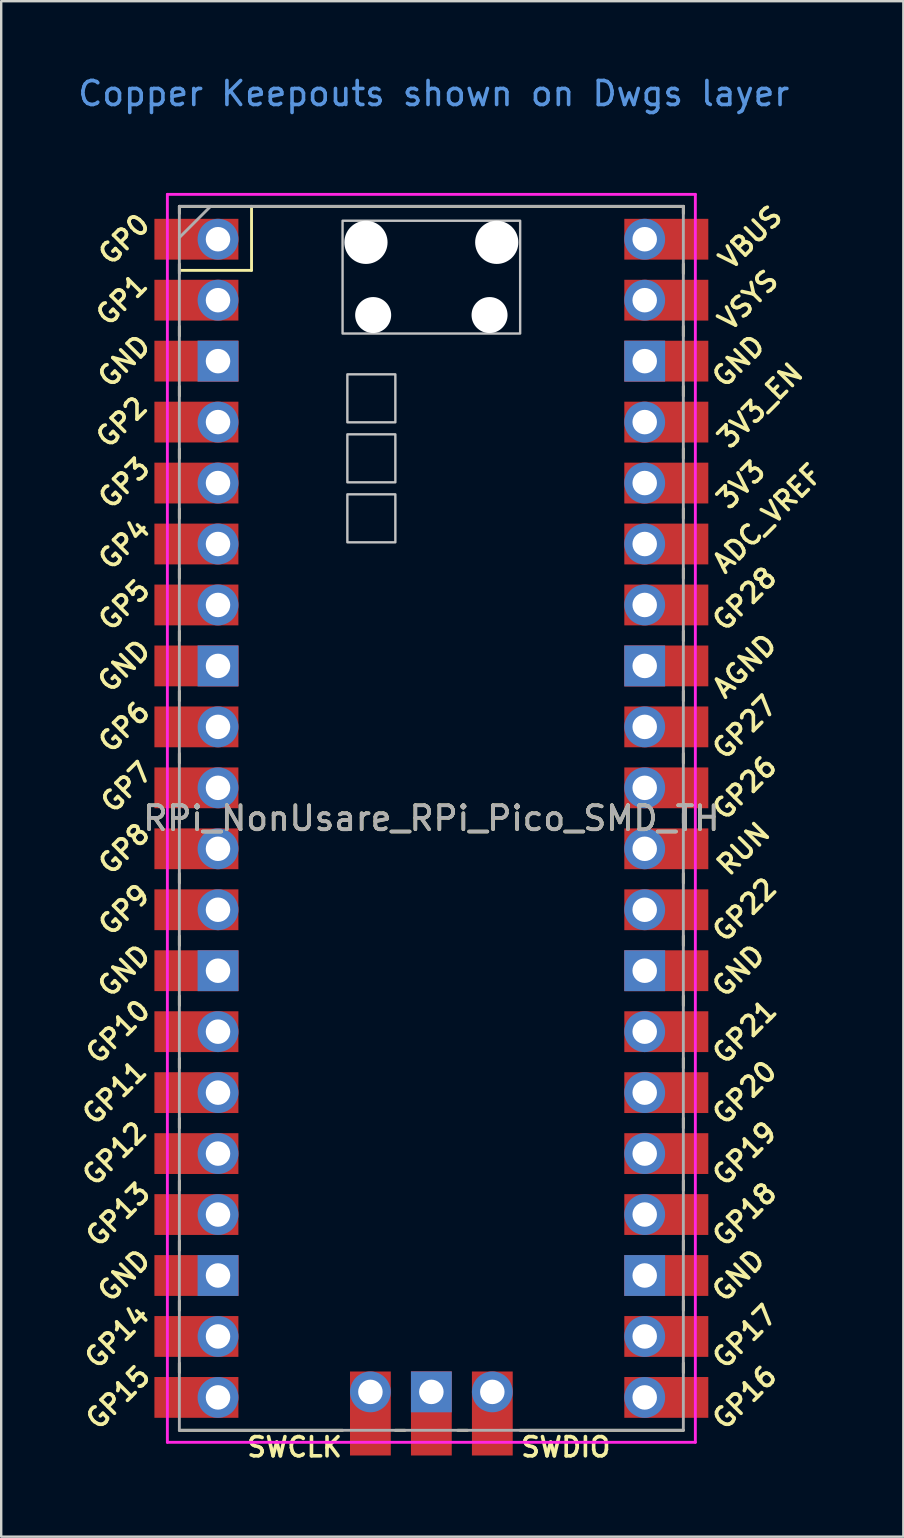
<source format=kicad_pcb>
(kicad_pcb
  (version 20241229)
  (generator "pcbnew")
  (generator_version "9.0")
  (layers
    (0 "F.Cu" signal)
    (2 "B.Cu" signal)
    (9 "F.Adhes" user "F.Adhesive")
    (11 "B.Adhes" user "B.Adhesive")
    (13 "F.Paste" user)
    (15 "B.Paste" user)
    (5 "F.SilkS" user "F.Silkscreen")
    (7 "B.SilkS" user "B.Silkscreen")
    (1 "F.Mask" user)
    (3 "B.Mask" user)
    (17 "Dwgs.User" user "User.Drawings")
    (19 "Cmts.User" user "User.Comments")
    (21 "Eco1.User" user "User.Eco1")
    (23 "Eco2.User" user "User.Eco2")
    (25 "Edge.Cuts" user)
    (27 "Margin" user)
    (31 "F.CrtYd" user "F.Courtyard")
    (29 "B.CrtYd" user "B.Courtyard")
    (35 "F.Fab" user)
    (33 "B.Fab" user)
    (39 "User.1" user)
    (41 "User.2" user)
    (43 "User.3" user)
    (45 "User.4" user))
  (footprint "RPi_NonUsare_RPi_Pico_SMD_TH"
    (layer "F.Cu")
    (at 14.924 31.048)
    (property "Reference" "RPi_NonUsare_RPi_Pico_SMD_TH" (at 0 0 0) (layer "F.SilkS") (effects (font (size 1 1) (thickness 0.15))))
    (attr through_hole)
    (fp_line (start -10.5 -25.5) (end -10.5 -25.2) (stroke (width 0.12) (type solid)) (layer "F.SilkS"))
    (fp_line (start -10.5 -25.5) (end 10.5 -25.5) (stroke (width 0.12) (type solid)) (layer "F.SilkS"))
    (fp_line (start -10.5 -23.1) (end -10.5 -22.7) (stroke (width 0.12) (type solid)) (layer "F.SilkS"))
    (fp_line (start -10.5 -22.833) (end -7.493 -22.833) (stroke (width 0.12) (type solid)) (layer "F.SilkS"))
    (fp_line (start -10.5 -20.5) (end -10.5 -20.1) (stroke (width 0.12) (type solid)) (layer "F.SilkS"))
    (fp_line (start -10.5 -18) (end -10.5 -17.6) (stroke (width 0.12) (type solid)) (layer "F.SilkS"))
    (fp_line (start -10.5 -15.4) (end -10.5 -15) (stroke (width 0.12) (type solid)) (layer "F.SilkS"))
    (fp_line (start -10.5 -12.9) (end -10.5 -12.5) (stroke (width 0.12) (type solid)) (layer "F.SilkS"))
    (fp_line (start -10.5 -10.4) (end -10.5 -10) (stroke (width 0.12) (type solid)) (layer "F.SilkS"))
    (fp_line (start -10.5 -7.8) (end -10.5 -7.4) (stroke (width 0.12) (type solid)) (layer "F.SilkS"))
    (fp_line (start -10.5 -5.3) (end -10.5 -4.9) (stroke (width 0.12) (type solid)) (layer "F.SilkS"))
    (fp_line (start -10.5 -2.7) (end -10.5 -2.3) (stroke (width 0.12) (type solid)) (layer "F.SilkS"))
    (fp_line (start -10.5 -0.2) (end -10.5 0.2) (stroke (width 0.12) (type solid)) (layer "F.SilkS"))
    (fp_line (start -10.5 2.3) (end -10.5 2.7) (stroke (width 0.12) (type solid)) (layer "F.SilkS"))
    (fp_line (start -10.5 4.9) (end -10.5 5.3) (stroke (width 0.12) (type solid)) (layer "F.SilkS"))
    (fp_line (start -10.5 7.4) (end -10.5 7.8) (stroke (width 0.12) (type solid)) (layer "F.SilkS"))
    (fp_line (start -10.5 10) (end -10.5 10.4) (stroke (width 0.12) (type solid)) (layer "F.SilkS"))
    (fp_line (start -10.5 12.5) (end -10.5 12.9) (stroke (width 0.12) (type solid)) (layer "F.SilkS"))
    (fp_line (start -10.5 15.1) (end -10.5 15.5) (stroke (width 0.12) (type solid)) (layer "F.SilkS"))
    (fp_line (start -10.5 17.6) (end -10.5 18) (stroke (width 0.12) (type solid)) (layer "F.SilkS"))
    (fp_line (start -10.5 20.1) (end -10.5 20.5) (stroke (width 0.12) (type solid)) (layer "F.SilkS"))
    (fp_line (start -10.5 22.7) (end -10.5 23.1) (stroke (width 0.12) (type solid)) (layer "F.SilkS"))
    (fp_line (start -7.493 -22.833) (end -7.493 -25.5) (stroke (width 0.12) (type solid)) (layer "F.SilkS"))
    (fp_line (start -3.7 25.5) (end -10.5 25.5) (stroke (width 0.12) (type solid)) (layer "F.SilkS"))
    (fp_line (start -1.5 25.5) (end -1.1 25.5) (stroke (width 0.12) (type solid)) (layer "F.SilkS"))
    (fp_line (start 1.1 25.5) (end 1.5 25.5) (stroke (width 0.12) (type solid)) (layer "F.SilkS"))
    (fp_line (start 10.5 -25.5) (end 10.5 -25.2) (stroke (width 0.12) (type solid)) (layer "F.SilkS"))
    (fp_line (start 10.5 -23.1) (end 10.5 -22.7) (stroke (width 0.12) (type solid)) (layer "F.SilkS"))
    (fp_line (start 10.5 -20.5) (end 10.5 -20.1) (stroke (width 0.12) (type solid)) (layer "F.SilkS"))
    (fp_line (start 10.5 -18) (end 10.5 -17.6) (stroke (width 0.12) (type solid)) (layer "F.SilkS"))
    (fp_line (start 10.5 -15.4) (end 10.5 -15) (stroke (width 0.12) (type solid)) (layer "F.SilkS"))
    (fp_line (start 10.5 -12.9) (end 10.5 -12.5) (stroke (width 0.12) (type solid)) (layer "F.SilkS"))
    (fp_line (start 10.5 -10.4) (end 10.5 -10) (stroke (width 0.12) (type solid)) (layer "F.SilkS"))
    (fp_line (start 10.5 -7.8) (end 10.5 -7.4) (stroke (width 0.12) (type solid)) (layer "F.SilkS"))
    (fp_line (start 10.5 -5.3) (end 10.5 -4.9) (stroke (width 0.12) (type solid)) (layer "F.SilkS"))
    (fp_line (start 10.5 -2.7) (end 10.5 -2.3) (stroke (width 0.12) (type solid)) (layer "F.SilkS"))
    (fp_line (start 10.5 -0.2) (end 10.5 0.2) (stroke (width 0.12) (type solid)) (layer "F.SilkS"))
    (fp_line (start 10.5 2.3) (end 10.5 2.7) (stroke (width 0.12) (type solid)) (layer "F.SilkS"))
    (fp_line (start 10.5 4.9) (end 10.5 5.3) (stroke (width 0.12) (type solid)) (layer "F.SilkS"))
    (fp_line (start 10.5 7.4) (end 10.5 7.8) (stroke (width 0.12) (type solid)) (layer "F.SilkS"))
    (fp_line (start 10.5 10) (end 10.5 10.4) (stroke (width 0.12) (type solid)) (layer "F.SilkS"))
    (fp_line (start 10.5 12.5) (end 10.5 12.9) (stroke (width 0.12) (type solid)) (layer "F.SilkS"))
    (fp_line (start 10.5 15.1) (end 10.5 15.5) (stroke (width 0.12) (type solid)) (layer "F.SilkS"))
    (fp_line (start 10.5 17.6) (end 10.5 18) (stroke (width 0.12) (type solid)) (layer "F.SilkS"))
    (fp_line (start 10.5 20.1) (end 10.5 20.5) (stroke (width 0.12) (type solid)) (layer "F.SilkS"))
    (fp_line (start 10.5 22.7) (end 10.5 23.1) (stroke (width 0.12) (type solid)) (layer "F.SilkS"))
    (fp_line (start 10.5 25.5) (end 3.7 25.5) (stroke (width 0.12) (type solid)) (layer "F.SilkS"))
    (fp_poly (pts (xy -1.5 -16.5) (xy -3.5 -16.5) (xy -3.5 -18.5) (xy -1.5 -18.5)) (stroke (width 0.1) (type solid)) (fill no) (layer "Dwgs.User"))
    (fp_poly (pts (xy -1.5 -14) (xy -3.5 -14) (xy -3.5 -16) (xy -1.5 -16)) (stroke (width 0.1) (type solid)) (fill no) (layer "Dwgs.User"))
    (fp_poly (pts (xy -1.5 -11.5) (xy -3.5 -11.5) (xy -3.5 -13.5) (xy -1.5 -13.5)) (stroke (width 0.1) (type solid)) (fill no) (layer "Dwgs.User"))
    (fp_poly (pts (xy 3.7 -20.2) (xy -3.7 -20.2) (xy -3.7 -24.9) (xy 3.7 -24.9)) (stroke (width 0.1) (type solid)) (fill no) (layer "Dwgs.User"))
    (fp_line (start -11 -26) (end 11 -26) (stroke (width 0.12) (type solid)) (layer "F.CrtYd"))
    (fp_line (start -11 26) (end -11 -26) (stroke (width 0.12) (type solid)) (layer "F.CrtYd"))
    (fp_line (start 11 -26) (end 11 26) (stroke (width 0.12) (type solid)) (layer "F.CrtYd"))
    (fp_line (start 11 26) (end -11 26) (stroke (width 0.12) (type solid)) (layer "F.CrtYd"))
    (fp_line (start -10.5 -25.5) (end 10.5 -25.5) (stroke (width 0.12) (type solid)) (layer "F.Fab"))
    (fp_line (start -10.5 -24.2) (end -9.2 -25.5) (stroke (width 0.12) (type solid)) (layer "F.Fab"))
    (fp_line (start -10.5 25.5) (end -10.5 -25.5) (stroke (width 0.12) (type solid)) (layer "F.Fab"))
    (fp_line (start 10.5 -25.5) (end 10.5 25.5) (stroke (width 0.12) (type solid)) (layer "F.Fab"))
    (fp_line (start 10.5 25.5) (end -10.5 25.5) (stroke (width 0.12) (type solid)) (layer "F.Fab"))
    (fp_text user "GP16" (at 13.054 24.13 45) (layer "F.SilkS") (effects (font (size 0.8 0.8) (thickness 0.15))))
    (fp_text user "VSYS" (at 13.2 -21.59 45) (layer "F.SilkS") (effects (font (size 0.8 0.8) (thickness 0.15))))
    (fp_text user "3V3" (at 12.9 -13.9 45) (layer "F.SilkS") (effects (font (size 0.8 0.8) (thickness 0.15))))
    (fp_text user "GP18" (at 13.054 16.51 45) (layer "F.SilkS") (effects (font (size 0.8 0.8) (thickness 0.15))))
    (fp_text user "SWDIO" (at 5.6 26.2 0) (layer "F.SilkS") (effects (font (size 0.8 0.8) (thickness 0.15))))
    (fp_text user "GP5" (at -12.8 -8.89 45) (layer "F.SilkS") (effects (font (size 0.8 0.8) (thickness 0.15))))
    (fp_text user "GP8" (at -12.8 1.27 45) (layer "F.SilkS") (effects (font (size 0.8 0.8) (thickness 0.15))))
    (fp_text user "GP12" (at -13.2 13.97 45) (layer "F.SilkS") (effects (font (size 0.8 0.8) (thickness 0.15))))
    (fp_text user "GP28" (at 13.054 -9.144 45) (layer "F.SilkS") (effects (font (size 0.8 0.8) (thickness 0.15))))
    (fp_text user "GND" (at 12.8 -19.05 45) (layer "F.SilkS") (effects (font (size 0.8 0.8) (thickness 0.15))))
    (fp_text user "GP9" (at -12.8 3.81 45) (layer "F.SilkS") (effects (font (size 0.8 0.8) (thickness 0.15))))
    (fp_text user "AGND" (at 13.054 -6.35 45) (layer "F.SilkS") (effects (font (size 0.8 0.8) (thickness 0.15))))
    (fp_text user "RUN" (at 13 1.27 45) (layer "F.SilkS") (effects (font (size 0.8 0.8) (thickness 0.15))))
    (fp_text user "GND" (at 12.8 19.05 45) (layer "F.SilkS") (effects (font (size 0.8 0.8) (thickness 0.15))))
    (fp_text user "GP0" (at -12.8 -24.13 45) (layer "F.SilkS") (effects (font (size 0.8 0.8) (thickness 0.15))))
    (fp_text user "GP20" (at 13.054 11.43 45) (layer "F.SilkS") (effects (font (size 0.8 0.8) (thickness 0.15))))
    (fp_text user "GND" (at -12.8 6.35 45) (layer "F.SilkS") (effects (font (size 0.8 0.8) (thickness 0.15))))
    (fp_text user "3V3_EN" (at 13.7 -17.2 45) (layer "F.SilkS") (effects (font (size 0.8 0.8) (thickness 0.15))))
    (fp_text user "GP15" (at -13.054 24.13 45) (layer "F.SilkS") (effects (font (size 0.8 0.8) (thickness 0.15))))
    (fp_text user "GP26" (at 13.054 -1.27 45) (layer "F.SilkS") (effects (font (size 0.8 0.8) (thickness 0.15))))
    (fp_text user "GP11" (at -13.2 11.43 45) (layer "F.SilkS") (effects (font (size 0.8 0.8) (thickness 0.15))))
    (fp_text user "GP3" (at -12.8 -13.97 45) (layer "F.SilkS") (effects (font (size 0.8 0.8) (thickness 0.15))))
    (fp_text user "GP7" (at -12.7 -1.3 45) (layer "F.SilkS") (effects (font (size 0.8 0.8) (thickness 0.15))))
    (fp_text user "GP6" (at -12.8 -3.81 45) (layer "F.SilkS") (effects (font (size 0.8 0.8) (thickness 0.15))))
    (fp_text user "ADC_VREF" (at 14 -12.5 45) (layer "F.SilkS") (effects (font (size 0.8 0.8) (thickness 0.15))))
    (fp_text user "GP14" (at -13.1 21.59 45) (layer "F.SilkS") (effects (font (size 0.8 0.8) (thickness 0.15))))
    (fp_text user "GND" (at 12.8 6.35 45) (layer "F.SilkS") (effects (font (size 0.8 0.8) (thickness 0.15))))
    (fp_text user "VBUS" (at 13.3 -24.2 45) (layer "F.SilkS") (effects (font (size 0.8 0.8) (thickness 0.15))))
    (fp_text user "GP22" (at 13.054 3.81 45) (layer "F.SilkS") (effects (font (size 0.8 0.8) (thickness 0.15))))
    (fp_text user "GP17" (at 13.054 21.59 45) (layer "F.SilkS") (effects (font (size 0.8 0.8) (thickness 0.15))))
    (fp_text user "GP4" (at -12.8 -11.43 45) (layer "F.SilkS") (effects (font (size 0.8 0.8) (thickness 0.15))))
    (fp_text user "GP1" (at -12.9 -21.6 45) (layer "F.SilkS") (effects (font (size 0.8 0.8) (thickness 0.15))))
    (fp_text user "SWCLK" (at -5.7 26.2 0) (layer "F.SilkS") (effects (font (size 0.8 0.8) (thickness 0.15))))
    (fp_text user "GP21" (at 13.054 8.9 45) (layer "F.SilkS") (effects (font (size 0.8 0.8) (thickness 0.15))))
    (fp_text user "GND" (at -12.8 -19.05 45) (layer "F.SilkS") (effects (font (size 0.8 0.8) (thickness 0.15))))
    (fp_text user "GP19" (at 13.054 13.97 45) (layer "F.SilkS") (effects (font (size 0.8 0.8) (thickness 0.15))))
    (fp_text user "GP13" (at -13.054 16.51 45) (layer "F.SilkS") (effects (font (size 0.8 0.8) (thickness 0.15))))
    (fp_text user "GND" (at -12.8 19.05 45) (layer "F.SilkS") (effects (font (size 0.8 0.8) (thickness 0.15))))
    (fp_text user "GND" (at -12.8 -6.35 45) (layer "F.SilkS") (effects (font (size 0.8 0.8) (thickness 0.15))))
    (fp_text user "GP10" (at -13.054 8.89 45) (layer "F.SilkS") (effects (font (size 0.8 0.8) (thickness 0.15))))
    (fp_text user "GP2" (at -12.9 -16.51 45) (layer "F.SilkS") (effects (font (size 0.8 0.8) (thickness 0.15))))
    (fp_text user "GP27" (at 13.054 -3.8 45) (layer "F.SilkS") (effects (font (size 0.8 0.8) (thickness 0.15))))
    (fp_text user "Copper Keepouts shown on Dwgs layer" (at 0.1 -30.2 0) (layer "Cmts.User") (effects (font (size 1 1) (thickness 0.15))))
    (fp_text user "${REFERENCE}" (at 0 0 180) (layer "F.Fab") (effects (font (size 1 1) (thickness 0.15))))
    (pad "" np_thru_hole oval (at -2.725 -24) (size 1.8 1.8) (drill 1.8) (layers "*.Cu" "*.Mask"))
    (pad "" np_thru_hole oval (at -2.425 -20.97) (size 1.5 1.5) (drill 1.5) (layers "*.Cu" "*.Mask"))
    (pad "" np_thru_hole oval (at 2.425 -20.97) (size 1.5 1.5) (drill 1.5) (layers "*.Cu" "*.Mask"))
    (pad "" np_thru_hole oval (at 2.725 -24) (size 1.8 1.8) (drill 1.8) (layers "*.Cu" "*.Mask"))
    (pad "1" thru_hole oval (at -8.89 -24.13) (size 1.7 1.7) (drill 1.02) (layers "*.Cu" "*.Mask"))
    (pad "1" smd rect (at -8.89 -24.13) (size 3.5 1.7) (drill (offset -0.9 0)) (layers "F.Cu" "F.Mask"))
    (pad "2" thru_hole oval (at -8.89 -21.59) (size 1.7 1.7) (drill 1.02) (layers "*.Cu" "*.Mask"))
    (pad "2" smd rect (at -8.89 -21.59) (size 3.5 1.7) (drill (offset -0.9 0)) (layers "F.Cu" "F.Mask"))
    (pad "3" thru_hole rect (at -8.89 -19.05) (size 1.7 1.7) (drill 1.02) (layers "*.Cu" "*.Mask"))
    (pad "3" smd rect (at -8.89 -19.05) (size 3.5 1.7) (drill (offset -0.9 0)) (layers "F.Cu" "F.Mask"))
    (pad "4" thru_hole oval (at -8.89 -16.51) (size 1.7 1.7) (drill 1.02) (layers "*.Cu" "*.Mask"))
    (pad "4" smd rect (at -8.89 -16.51) (size 3.5 1.7) (drill (offset -0.9 0)) (layers "F.Cu" "F.Mask"))
    (pad "5" thru_hole oval (at -8.89 -13.97) (size 1.7 1.7) (drill 1.02) (layers "*.Cu" "*.Mask"))
    (pad "5" smd rect (at -8.89 -13.97) (size 3.5 1.7) (drill (offset -0.9 0)) (layers "F.Cu" "F.Mask"))
    (pad "6" thru_hole oval (at -8.89 -11.43) (size 1.7 1.7) (drill 1.02) (layers "*.Cu" "*.Mask"))
    (pad "6" smd rect (at -8.89 -11.43) (size 3.5 1.7) (drill (offset -0.9 0)) (layers "F.Cu" "F.Mask"))
    (pad "7" thru_hole oval (at -8.89 -8.89) (size 1.7 1.7) (drill 1.02) (layers "*.Cu" "*.Mask"))
    (pad "7" smd rect (at -8.89 -8.89) (size 3.5 1.7) (drill (offset -0.9 0)) (layers "F.Cu" "F.Mask"))
    (pad "8" thru_hole rect (at -8.89 -6.35) (size 1.7 1.7) (drill 1.02) (layers "*.Cu" "*.Mask"))
    (pad "8" smd rect (at -8.89 -6.35) (size 3.5 1.7) (drill (offset -0.9 0)) (layers "F.Cu" "F.Mask"))
    (pad "9" thru_hole oval (at -8.89 -3.81) (size 1.7 1.7) (drill 1.02) (layers "*.Cu" "*.Mask"))
    (pad "9" smd rect (at -8.89 -3.81) (size 3.5 1.7) (drill (offset -0.9 0)) (layers "F.Cu" "F.Mask"))
    (pad "10" thru_hole oval (at -8.89 -1.27) (size 1.7 1.7) (drill 1.02) (layers "*.Cu" "*.Mask"))
    (pad "10" smd rect (at -8.89 -1.27) (size 3.5 1.7) (drill (offset -0.9 0)) (layers "F.Cu" "F.Mask"))
    (pad "11" thru_hole oval (at -8.89 1.27) (size 1.7 1.7) (drill 1.02) (layers "*.Cu" "*.Mask"))
    (pad "11" smd rect (at -8.89 1.27) (size 3.5 1.7) (drill (offset -0.9 0)) (layers "F.Cu" "F.Mask"))
    (pad "12" thru_hole oval (at -8.89 3.81) (size 1.7 1.7) (drill 1.02) (layers "*.Cu" "*.Mask"))
    (pad "12" smd rect (at -8.89 3.81) (size 3.5 1.7) (drill (offset -0.9 0)) (layers "F.Cu" "F.Mask"))
    (pad "13" thru_hole rect (at -8.89 6.35) (size 1.7 1.7) (drill 1.02) (layers "*.Cu" "*.Mask"))
    (pad "13" smd rect (at -8.89 6.35) (size 3.5 1.7) (drill (offset -0.9 0)) (layers "F.Cu" "F.Mask"))
    (pad "14" thru_hole oval (at -8.89 8.89) (size 1.7 1.7) (drill 1.02) (layers "*.Cu" "*.Mask"))
    (pad "14" smd rect (at -8.89 8.89) (size 3.5 1.7) (drill (offset -0.9 0)) (layers "F.Cu" "F.Mask"))
    (pad "15" thru_hole oval (at -8.89 11.43) (size 1.7 1.7) (drill 1.02) (layers "*.Cu" "*.Mask"))
    (pad "15" smd rect (at -8.89 11.43) (size 3.5 1.7) (drill (offset -0.9 0)) (layers "F.Cu" "F.Mask"))
    (pad "16" thru_hole oval (at -8.89 13.97) (size 1.7 1.7) (drill 1.02) (layers "*.Cu" "*.Mask"))
    (pad "16" smd rect (at -8.89 13.97) (size 3.5 1.7) (drill (offset -0.9 0)) (layers "F.Cu" "F.Mask"))
    (pad "17" thru_hole oval (at -8.89 16.51) (size 1.7 1.7) (drill 1.02) (layers "*.Cu" "*.Mask"))
    (pad "17" smd rect (at -8.89 16.51) (size 3.5 1.7) (drill (offset -0.9 0)) (layers "F.Cu" "F.Mask"))
    (pad "18" thru_hole rect (at -8.89 19.05) (size 1.7 1.7) (drill 1.02) (layers "*.Cu" "*.Mask"))
    (pad "18" smd rect (at -8.89 19.05) (size 3.5 1.7) (drill (offset -0.9 0)) (layers "F.Cu" "F.Mask"))
    (pad "19" thru_hole oval (at -8.89 21.59) (size 1.7 1.7) (drill 1.02) (layers "*.Cu" "*.Mask"))
    (pad "19" smd rect (at -8.89 21.59) (size 3.5 1.7) (drill (offset -0.9 0)) (layers "F.Cu" "F.Mask"))
    (pad "20" thru_hole oval (at -8.89 24.13) (size 1.7 1.7) (drill 1.02) (layers "*.Cu" "*.Mask"))
    (pad "20" smd rect (at -8.89 24.13) (size 3.5 1.7) (drill (offset -0.9 0)) (layers "F.Cu" "F.Mask"))
    (pad "21" thru_hole oval (at 8.89 24.13) (size 1.7 1.7) (drill 1.02) (layers "*.Cu" "*.Mask"))
    (pad "21" smd rect (at 8.89 24.13) (size 3.5 1.7) (drill (offset 0.9 0)) (layers "F.Cu" "F.Mask"))
    (pad "22" thru_hole oval (at 8.89 21.59) (size 1.7 1.7) (drill 1.02) (layers "*.Cu" "*.Mask"))
    (pad "22" smd rect (at 8.89 21.59) (size 3.5 1.7) (drill (offset 0.9 0)) (layers "F.Cu" "F.Mask"))
    (pad "23" thru_hole rect (at 8.89 19.05) (size 1.7 1.7) (drill 1.02) (layers "*.Cu" "*.Mask"))
    (pad "23" smd rect (at 8.89 19.05) (size 3.5 1.7) (drill (offset 0.9 0)) (layers "F.Cu" "F.Mask"))
    (pad "24" thru_hole oval (at 8.89 16.51) (size 1.7 1.7) (drill 1.02) (layers "*.Cu" "*.Mask"))
    (pad "24" smd rect (at 8.89 16.51) (size 3.5 1.7) (drill (offset 0.9 0)) (layers "F.Cu" "F.Mask"))
    (pad "25" thru_hole oval (at 8.89 13.97) (size 1.7 1.7) (drill 1.02) (layers "*.Cu" "*.Mask"))
    (pad "25" smd rect (at 8.89 13.97) (size 3.5 1.7) (drill (offset 0.9 0)) (layers "F.Cu" "F.Mask"))
    (pad "26" thru_hole oval (at 8.89 11.43) (size 1.7 1.7) (drill 1.02) (layers "*.Cu" "*.Mask"))
    (pad "26" smd rect (at 8.89 11.43) (size 3.5 1.7) (drill (offset 0.9 0)) (layers "F.Cu" "F.Mask"))
    (pad "27" thru_hole oval (at 8.89 8.89) (size 1.7 1.7) (drill 1.02) (layers "*.Cu" "*.Mask"))
    (pad "27" smd rect (at 8.89 8.89) (size 3.5 1.7) (drill (offset 0.9 0)) (layers "F.Cu" "F.Mask"))
    (pad "28" thru_hole rect (at 8.89 6.35) (size 1.7 1.7) (drill 1.02) (layers "*.Cu" "*.Mask"))
    (pad "28" smd rect (at 8.89 6.35) (size 3.5 1.7) (drill (offset 0.9 0)) (layers "F.Cu" "F.Mask"))
    (pad "29" thru_hole oval (at 8.89 3.81) (size 1.7 1.7) (drill 1.02) (layers "*.Cu" "*.Mask"))
    (pad "29" smd rect (at 8.89 3.81) (size 3.5 1.7) (drill (offset 0.9 0)) (layers "F.Cu" "F.Mask"))
    (pad "30" thru_hole oval (at 8.89 1.27) (size 1.7 1.7) (drill 1.02) (layers "*.Cu" "*.Mask"))
    (pad "30" smd rect (at 8.89 1.27) (size 3.5 1.7) (drill (offset 0.9 0)) (layers "F.Cu" "F.Mask"))
    (pad "31" thru_hole oval (at 8.89 -1.27) (size 1.7 1.7) (drill 1.02) (layers "*.Cu" "*.Mask"))
    (pad "31" smd rect (at 8.89 -1.27) (size 3.5 1.7) (drill (offset 0.9 0)) (layers "F.Cu" "F.Mask"))
    (pad "32" thru_hole oval (at 8.89 -3.81) (size 1.7 1.7) (drill 1.02) (layers "*.Cu" "*.Mask"))
    (pad "32" smd rect (at 8.89 -3.81) (size 3.5 1.7) (drill (offset 0.9 0)) (layers "F.Cu" "F.Mask"))
    (pad "33" thru_hole rect (at 8.89 -6.35) (size 1.7 1.7) (drill 1.02) (layers "*.Cu" "*.Mask"))
    (pad "33" smd rect (at 8.89 -6.35) (size 3.5 1.7) (drill (offset 0.9 0)) (layers "F.Cu" "F.Mask"))
    (pad "34" thru_hole oval (at 8.89 -8.89) (size 1.7 1.7) (drill 1.02) (layers "*.Cu" "*.Mask"))
    (pad "34" smd rect (at 8.89 -8.89) (size 3.5 1.7) (drill (offset 0.9 0)) (layers "F.Cu" "F.Mask"))
    (pad "35" thru_hole oval (at 8.89 -11.43) (size 1.7 1.7) (drill 1.02) (layers "*.Cu" "*.Mask"))
    (pad "35" smd rect (at 8.89 -11.43) (size 3.5 1.7) (drill (offset 0.9 0)) (layers "F.Cu" "F.Mask"))
    (pad "36" thru_hole oval (at 8.89 -13.97) (size 1.7 1.7) (drill 1.02) (layers "*.Cu" "*.Mask"))
    (pad "36" smd rect (at 8.89 -13.97) (size 3.5 1.7) (drill (offset 0.9 0)) (layers "F.Cu" "F.Mask"))
    (pad "37" thru_hole oval (at 8.89 -16.51) (size 1.7 1.7) (drill 1.02) (layers "*.Cu" "*.Mask"))
    (pad "37" smd rect (at 8.89 -16.51) (size 3.5 1.7) (drill (offset 0.9 0)) (layers "F.Cu" "F.Mask"))
    (pad "38" thru_hole rect (at 8.89 -19.05) (size 1.7 1.7) (drill 1.02) (layers "*.Cu" "*.Mask"))
    (pad "38" smd rect (at 8.89 -19.05) (size 3.5 1.7) (drill (offset 0.9 0)) (layers "F.Cu" "F.Mask"))
    (pad "39" thru_hole oval (at 8.89 -21.59) (size 1.7 1.7) (drill 1.02) (layers "*.Cu" "*.Mask"))
    (pad "39" smd rect (at 8.89 -21.59) (size 3.5 1.7) (drill (offset 0.9 0)) (layers "F.Cu" "F.Mask"))
    (pad "40" thru_hole oval (at 8.89 -24.13) (size 1.7 1.7) (drill 1.02) (layers "*.Cu" "*.Mask"))
    (pad "40" smd rect (at 8.89 -24.13) (size 3.5 1.7) (drill (offset 0.9 0)) (layers "F.Cu" "F.Mask"))
    (pad "41" thru_hole oval (at -2.54 23.9) (size 1.7 1.7) (drill 1.02) (layers "*.Cu" "*.Mask"))
    (pad "41" smd rect (at -2.54 23.9 90) (size 3.5 1.7) (drill (offset -0.9 0)) (layers "F.Cu" "F.Mask"))
    (pad "42" thru_hole rect (at 0 23.9) (size 1.7 1.7) (drill 1.02) (layers "*.Cu" "*.Mask"))
    (pad "42" smd rect (at 0 23.9 90) (size 3.5 1.7) (drill (offset -0.9 0)) (layers "F.Cu" "F.Mask"))
    (pad "43" thru_hole oval (at 2.54 23.9) (size 1.7 1.7) (drill 1.02) (layers "*.Cu" "*.Mask"))
    (pad "43" smd rect (at 2.54 23.9 90) (size 3.5 1.7) (drill (offset -0.9 0)) (layers "F.Cu" "F.Mask")))
  (gr_rect
    (start -3 -3)
    (end 34.591 60.98)
    (stroke (width 0.1) (type default))
    (fill no)
    (layer "Edge.Cuts")))
</source>
